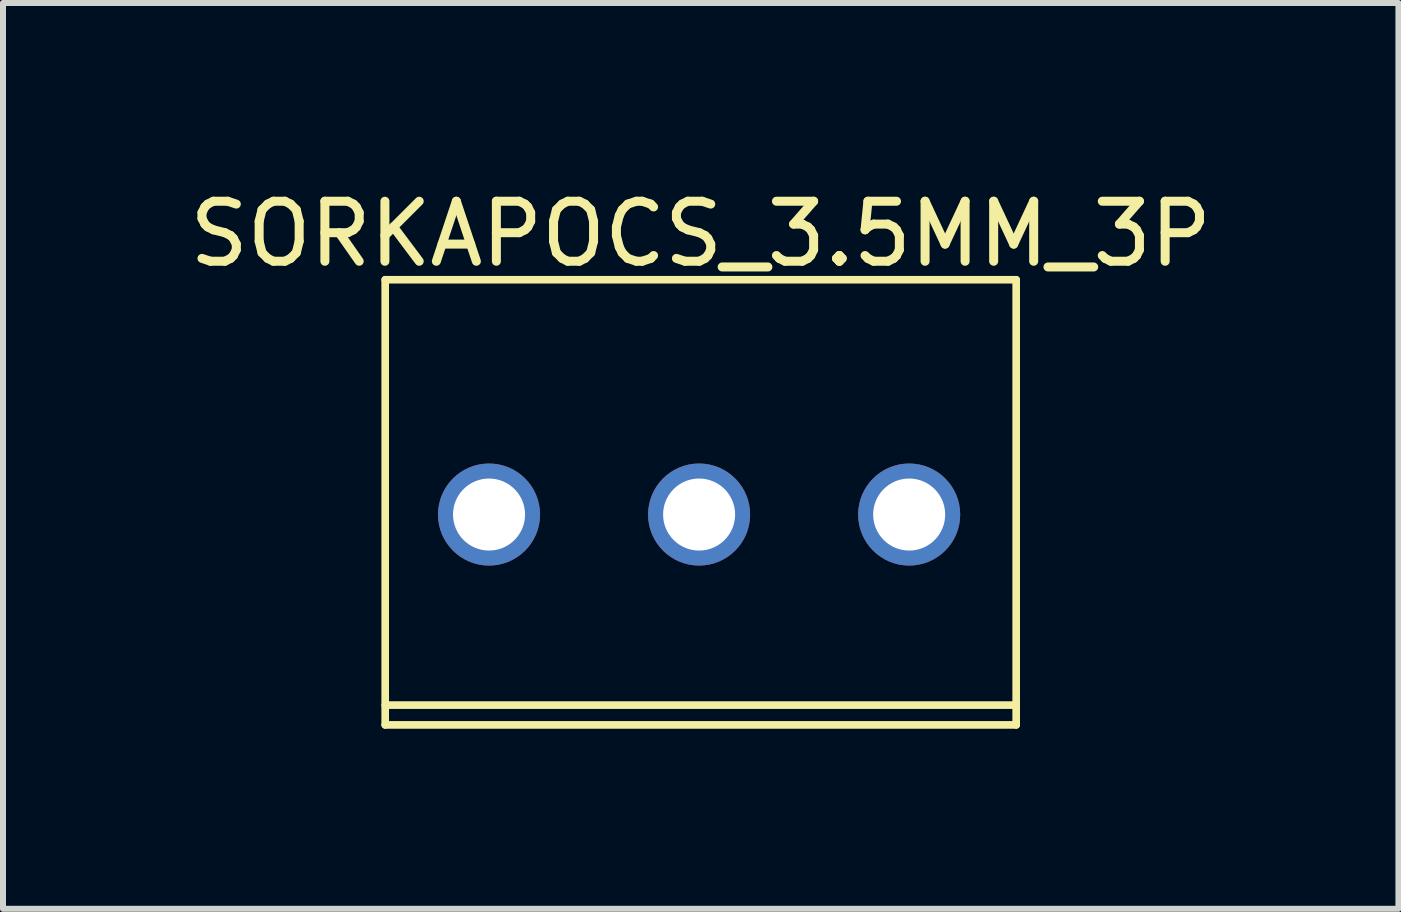
<source format=kicad_pcb>
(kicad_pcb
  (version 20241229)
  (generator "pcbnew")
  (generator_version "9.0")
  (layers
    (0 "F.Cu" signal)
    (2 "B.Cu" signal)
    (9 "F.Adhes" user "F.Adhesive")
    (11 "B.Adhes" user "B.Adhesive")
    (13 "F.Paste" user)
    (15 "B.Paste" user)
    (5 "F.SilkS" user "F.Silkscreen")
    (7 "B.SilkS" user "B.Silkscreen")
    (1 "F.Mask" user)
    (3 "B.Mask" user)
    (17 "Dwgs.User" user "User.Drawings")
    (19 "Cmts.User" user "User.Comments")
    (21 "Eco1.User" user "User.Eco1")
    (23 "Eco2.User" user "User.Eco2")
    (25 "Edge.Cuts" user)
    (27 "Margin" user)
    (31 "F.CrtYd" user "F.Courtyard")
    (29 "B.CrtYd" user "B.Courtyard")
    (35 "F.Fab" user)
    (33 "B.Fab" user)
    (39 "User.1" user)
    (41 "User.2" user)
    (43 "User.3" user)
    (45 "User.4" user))
  (footprint "SORKAPOCS_3.5MM_3P"
    (layer "F.Cu")
    (at 8.598 5.523)
    (property "Reference" "SORKAPOCS_3.5MM_3P" (at 0.027 -4.675 0) (layer "F.SilkS") (effects (font (size 1 1) (thickness 0.15))))
    (fp_line (start -5.23 -3.912) (end 5.283 -3.912) (stroke (width 0.127) (type solid)) (layer "F.SilkS"))
    (fp_line (start -5.23 3.175) (end 5.258 3.175) (stroke (width 0.127) (type solid)) (layer "F.SilkS"))
    (fp_line (start -5.23 3.505) (end -5.23 -3.912) (stroke (width 0.127) (type solid)) (layer "F.SilkS"))
    (fp_line (start -5.23 3.505) (end 5.283 3.505) (stroke (width 0.127) (type solid)) (layer "F.SilkS"))
    (fp_line (start 5.283 3.505) (end 5.283 -3.912) (stroke (width 0.127) (type solid)) (layer "F.SilkS"))
    (pad "1" thru_hole circle (at -3.5 0 180) (size 1.7 1.7) (drill 1.2) (layers "*.Cu" "*.Mask"))
    (pad "2" thru_hole circle (at 0 0 180) (size 1.7 1.7) (drill 1.2) (layers "*.Cu" "*.Mask"))
    (pad "3" thru_hole circle (at 3.5 0 180) (size 1.7 1.7) (drill 1.2) (layers "*.Cu" "*.Mask")))
  (gr_rect
    (start -3 -3)
    (end 20.25 12.092)
    (stroke (width 0.1) (type default))
    (fill no)
    (layer "Edge.Cuts")))
</source>
